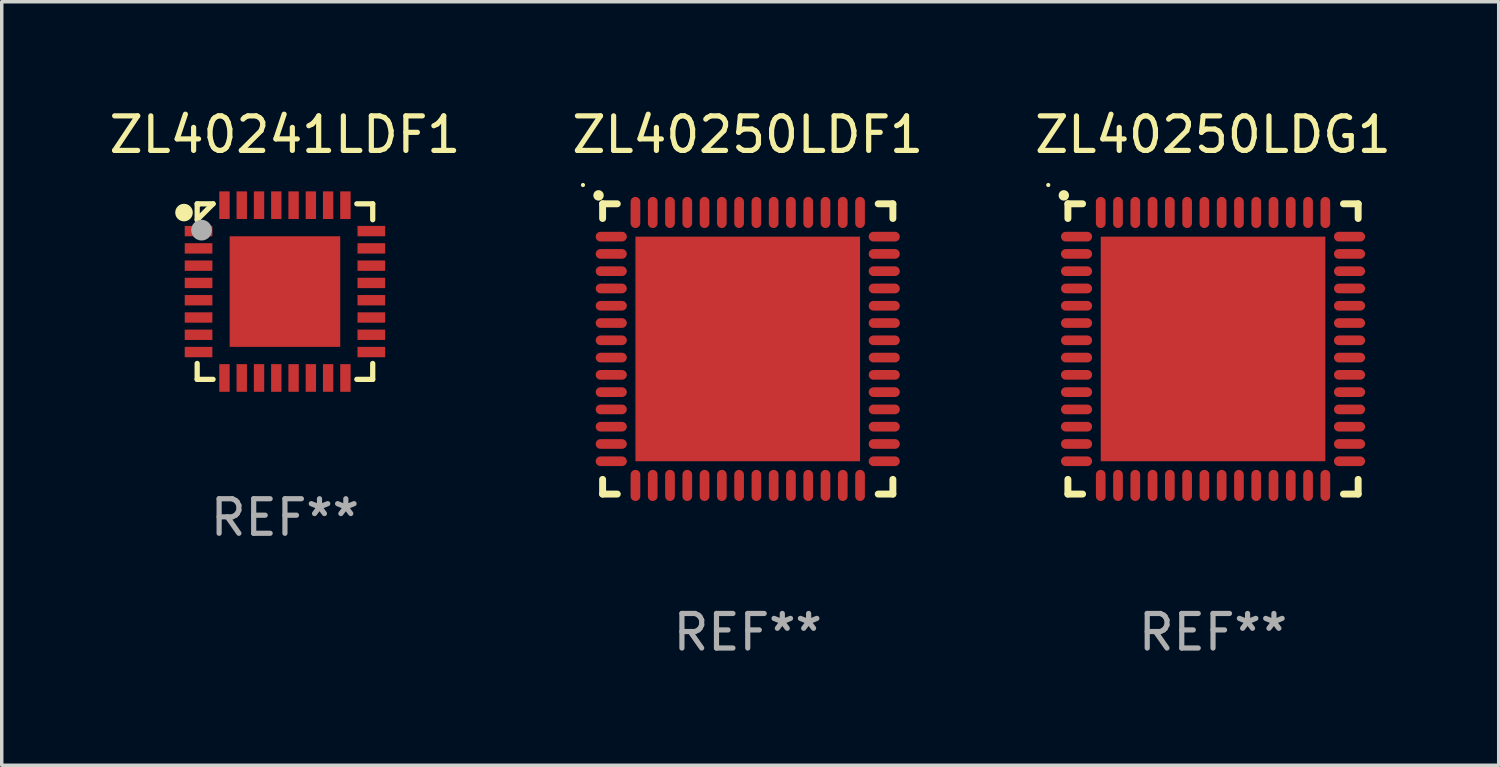
<source format=kicad_pcb>
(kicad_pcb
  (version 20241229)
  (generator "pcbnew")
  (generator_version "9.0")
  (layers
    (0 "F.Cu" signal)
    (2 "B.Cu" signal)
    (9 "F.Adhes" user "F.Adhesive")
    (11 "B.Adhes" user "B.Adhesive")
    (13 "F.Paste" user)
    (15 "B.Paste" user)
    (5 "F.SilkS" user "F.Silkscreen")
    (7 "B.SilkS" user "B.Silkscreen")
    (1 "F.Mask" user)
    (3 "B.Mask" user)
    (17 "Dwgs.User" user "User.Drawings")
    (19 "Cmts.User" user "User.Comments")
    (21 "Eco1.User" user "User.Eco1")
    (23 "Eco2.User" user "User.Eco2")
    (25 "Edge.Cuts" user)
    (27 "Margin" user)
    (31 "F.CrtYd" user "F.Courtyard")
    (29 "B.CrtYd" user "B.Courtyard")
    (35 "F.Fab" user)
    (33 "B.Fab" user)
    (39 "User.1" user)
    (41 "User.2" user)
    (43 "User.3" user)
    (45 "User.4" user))
  (footprint "ZL40241LDF1"
    (layer "F.Cu")
    (at 5.196 5.388)
    (property "Reference" "ZL40241LDF1" (at 0 -4.54 0) (layer "F.SilkS") (effects (font (size 1 1) (thickness 0.15))))
    (attr through_hole)
    (fp_line (start -2.54 -2.54) (end -2.08 -2.54) (stroke (width 0.152) (type solid)) (layer "F.SilkS"))
    (fp_line (start -2.54 -2.08) (end -2.54 -2.54) (stroke (width 0.152) (type solid)) (layer "F.SilkS"))
    (fp_line (start -2.54 -2.08) (end -2.08 -2.54) (stroke (width 0.152) (type solid)) (layer "F.SilkS"))
    (fp_line (start -2.54 2.54) (end -2.54 2.08) (stroke (width 0.152) (type solid)) (layer "F.SilkS"))
    (fp_line (start -2.08 2.54) (end -2.54 2.54) (stroke (width 0.152) (type solid)) (layer "F.SilkS"))
    (fp_line (start 2.08 -2.54) (end 2.54 -2.54) (stroke (width 0.152) (type solid)) (layer "F.SilkS"))
    (fp_line (start 2.54 -2.54) (end 2.54 -2.08) (stroke (width 0.152) (type solid)) (layer "F.SilkS"))
    (fp_line (start 2.54 2.08) (end 2.54 2.54) (stroke (width 0.152) (type solid)) (layer "F.SilkS"))
    (fp_line (start 2.54 2.54) (end 2.08 2.54) (stroke (width 0.152) (type solid)) (layer "F.SilkS"))
    (fp_circle (center -2.921 -2.286) (end -2.794 -2.286) (stroke (width 0.254) (type solid)) (fill no) (layer "F.SilkS"))
    (fp_circle (center -2.5 -2.5) (end -2.47 -2.5) (stroke (width 0.06) (type solid)) (fill no) (layer "F.SilkS"))
    (fp_circle (center -2.413 -1.778) (end -2.263 -1.778) (stroke (width 0.3) (type solid)) (fill no) (layer "F.Fab"))
    (fp_text user "REF**" (at 0 6.54 0) (layer "F.Fab") (effects (font (size 1 1) (thickness 0.15))))
    (pad "1" smd rect (at -2.5 -1.75 90) (size 0.3 0.8) (layers "F.Cu" "F.Mask" "F.Paste"))
    (pad "2" smd rect (at -2.5 -1.25 90) (size 0.3 0.8) (layers "F.Cu" "F.Mask" "F.Paste"))
    (pad "3" smd rect (at -2.5 -0.75 90) (size 0.3 0.8) (layers "F.Cu" "F.Mask" "F.Paste"))
    (pad "4" smd rect (at -2.5 -0.25 90) (size 0.3 0.8) (layers "F.Cu" "F.Mask" "F.Paste"))
    (pad "5" smd rect (at -2.5 0.25 90) (size 0.3 0.8) (layers "F.Cu" "F.Mask" "F.Paste"))
    (pad "6" smd rect (at -2.5 0.75 90) (size 0.3 0.8) (layers "F.Cu" "F.Mask" "F.Paste"))
    (pad "7" smd rect (at -2.5 1.25 90) (size 0.3 0.8) (layers "F.Cu" "F.Mask" "F.Paste"))
    (pad "8" smd rect (at -2.5 1.75 90) (size 0.3 0.8) (layers "F.Cu" "F.Mask" "F.Paste"))
    (pad "9" smd rect (at -1.75 2.5 180) (size 0.3 0.8) (layers "F.Cu" "F.Mask" "F.Paste"))
    (pad "10" smd rect (at -1.25 2.5 180) (size 0.3 0.8) (layers "F.Cu" "F.Mask" "F.Paste"))
    (pad "11" smd rect (at -0.75 2.5 180) (size 0.3 0.8) (layers "F.Cu" "F.Mask" "F.Paste"))
    (pad "12" smd rect (at -0.25 2.5 180) (size 0.3 0.8) (layers "F.Cu" "F.Mask" "F.Paste"))
    (pad "13" smd rect (at 0.25 2.5 180) (size 0.3 0.8) (layers "F.Cu" "F.Mask" "F.Paste"))
    (pad "14" smd rect (at 0.75 2.5 180) (size 0.3 0.8) (layers "F.Cu" "F.Mask" "F.Paste"))
    (pad "15" smd rect (at 1.25 2.5 180) (size 0.3 0.8) (layers "F.Cu" "F.Mask" "F.Paste"))
    (pad "16" smd rect (at 1.75 2.5 180) (size 0.3 0.8) (layers "F.Cu" "F.Mask" "F.Paste"))
    (pad "17" smd rect (at 2.5 1.75 270) (size 0.3 0.8) (layers "F.Cu" "F.Mask" "F.Paste"))
    (pad "18" smd rect (at 2.5 1.25 270) (size 0.3 0.8) (layers "F.Cu" "F.Mask" "F.Paste"))
    (pad "19" smd rect (at 2.5 0.75 270) (size 0.3 0.8) (layers "F.Cu" "F.Mask" "F.Paste"))
    (pad "20" smd rect (at 2.5 0.25 270) (size 0.3 0.8) (layers "F.Cu" "F.Mask" "F.Paste"))
    (pad "21" smd rect (at 2.5 -0.25 270) (size 0.3 0.8) (layers "F.Cu" "F.Mask" "F.Paste"))
    (pad "22" smd rect (at 2.5 -0.75 270) (size 0.3 0.8) (layers "F.Cu" "F.Mask" "F.Paste"))
    (pad "23" smd rect (at 2.5 -1.25 270) (size 0.3 0.8) (layers "F.Cu" "F.Mask" "F.Paste"))
    (pad "24" smd rect (at 2.5 -1.75 270) (size 0.3 0.8) (layers "F.Cu" "F.Mask" "F.Paste"))
    (pad "25" smd rect (at 1.75 -2.5) (size 0.3 0.8) (layers "F.Cu" "F.Mask" "F.Paste"))
    (pad "26" smd rect (at 1.25 -2.5) (size 0.3 0.8) (layers "F.Cu" "F.Mask" "F.Paste"))
    (pad "27" smd rect (at 0.75 -2.5) (size 0.3 0.8) (layers "F.Cu" "F.Mask" "F.Paste"))
    (pad "28" smd rect (at 0.25 -2.5) (size 0.3 0.8) (layers "F.Cu" "F.Mask" "F.Paste"))
    (pad "29" smd rect (at -0.25 -2.5) (size 0.3 0.8) (layers "F.Cu" "F.Mask" "F.Paste"))
    (pad "30" smd rect (at -0.75 -2.5) (size 0.3 0.8) (layers "F.Cu" "F.Mask" "F.Paste"))
    (pad "31" smd rect (at -1.25 -2.5) (size 0.3 0.8) (layers "F.Cu" "F.Mask" "F.Paste"))
    (pad "32" smd rect (at -1.75 -2.5) (size 0.3 0.8) (layers "F.Cu" "F.Mask" "F.Paste"))
    (pad "33" smd rect (at 0 0 90) (size 3.2 3.2) (layers "F.Cu" "F.Mask" "F.Paste")))
  (footprint "ZL40250LDF1"
    (layer "F.Cu")
    (at 18.589 7.048)
    (property "Reference" "ZL40250LDF1" (at 0 -6.2 0) (layer "F.SilkS") (effects (font (size 1 1) (thickness 0.15))))
    (attr through_hole)
    (fp_line (start -4.2 -4.2) (end -3.775 -4.2) (stroke (width 0.2) (type solid)) (layer "F.SilkS"))
    (fp_line (start -4.2 -3.775) (end -4.2 -4.2) (stroke (width 0.2) (type solid)) (layer "F.SilkS"))
    (fp_line (start -4.2 3.775) (end -4.2 4.2) (stroke (width 0.2) (type solid)) (layer "F.SilkS"))
    (fp_line (start -4.2 4.2) (end -3.775 4.2) (stroke (width 0.2) (type solid)) (layer "F.SilkS"))
    (fp_line (start 3.775 4.2) (end 4.2 4.2) (stroke (width 0.2) (type solid)) (layer "F.SilkS"))
    (fp_line (start 4.2 -4.2) (end 3.775 -4.2) (stroke (width 0.2) (type solid)) (layer "F.SilkS"))
    (fp_line (start 4.2 -3.775) (end 4.2 -4.2) (stroke (width 0.2) (type solid)) (layer "F.SilkS"))
    (fp_line (start 4.2 4.2) (end 4.2 3.775) (stroke (width 0.2) (type solid)) (layer "F.SilkS"))
    (fp_arc (start -4.318009 -4.442469) (mid -4.318014 -4.443739) (end -4.318009 -4.445009) (stroke (width 0.3) (type solid)) (layer "F.SilkS"))
    (fp_circle (center -4.768 -4.744) (end -4.738 -4.744) (stroke (width 0.06) (type solid)) (fill no) (layer "F.SilkS"))
    (fp_text user "REF**" (at 0 8.2 0) (layer "F.Fab") (effects (font (size 1 1) (thickness 0.15))))
    (pad "1" smd oval (at -3.95 -3.25 90) (size 0.28 0.9) (layers "F.Cu" "F.Mask" "F.Paste"))
    (pad "2" smd oval (at -3.95 -2.75 90) (size 0.28 0.9) (layers "F.Cu" "F.Mask" "F.Paste"))
    (pad "3" smd oval (at -3.95 -2.25 90) (size 0.28 0.9) (layers "F.Cu" "F.Mask" "F.Paste"))
    (pad "4" smd oval (at -3.95 -1.75 90) (size 0.28 0.9) (layers "F.Cu" "F.Mask" "F.Paste"))
    (pad "5" smd oval (at -3.95 -1.25 90) (size 0.28 0.9) (layers "F.Cu" "F.Mask" "F.Paste"))
    (pad "6" smd oval (at -3.95 -0.75 90) (size 0.28 0.9) (layers "F.Cu" "F.Mask" "F.Paste"))
    (pad "7" smd oval (at -3.95 -0.25 90) (size 0.28 0.9) (layers "F.Cu" "F.Mask" "F.Paste"))
    (pad "8" smd oval (at -3.95 0.25 90) (size 0.28 0.9) (layers "F.Cu" "F.Mask" "F.Paste"))
    (pad "9" smd oval (at -3.95 0.75 90) (size 0.28 0.9) (layers "F.Cu" "F.Mask" "F.Paste"))
    (pad "10" smd oval (at -3.95 1.25 90) (size 0.28 0.9) (layers "F.Cu" "F.Mask" "F.Paste"))
    (pad "11" smd oval (at -3.95 1.75 90) (size 0.28 0.9) (layers "F.Cu" "F.Mask" "F.Paste"))
    (pad "12" smd oval (at -3.95 2.25 90) (size 0.28 0.9) (layers "F.Cu" "F.Mask" "F.Paste"))
    (pad "13" smd oval (at -3.95 2.75 90) (size 0.28 0.9) (layers "F.Cu" "F.Mask" "F.Paste"))
    (pad "14" smd oval (at -3.95 3.25 90) (size 0.28 0.9) (layers "F.Cu" "F.Mask" "F.Paste"))
    (pad "15" smd oval (at -3.25 3.95) (size 0.28 0.9) (layers "F.Cu" "F.Mask" "F.Paste"))
    (pad "16" smd oval (at -2.75 3.95) (size 0.28 0.9) (layers "F.Cu" "F.Mask" "F.Paste"))
    (pad "17" smd oval (at -2.25 3.95) (size 0.28 0.9) (layers "F.Cu" "F.Mask" "F.Paste"))
    (pad "18" smd oval (at -1.75 3.95) (size 0.28 0.9) (layers "F.Cu" "F.Mask" "F.Paste"))
    (pad "19" smd oval (at -1.25 3.95) (size 0.28 0.9) (layers "F.Cu" "F.Mask" "F.Paste"))
    (pad "20" smd oval (at -0.75 3.95) (size 0.28 0.9) (layers "F.Cu" "F.Mask" "F.Paste"))
    (pad "21" smd oval (at -0.25 3.95) (size 0.28 0.9) (layers "F.Cu" "F.Mask" "F.Paste"))
    (pad "22" smd oval (at 0.25 3.95) (size 0.28 0.9) (layers "F.Cu" "F.Mask" "F.Paste"))
    (pad "23" smd oval (at 0.75 3.95) (size 0.28 0.9) (layers "F.Cu" "F.Mask" "F.Paste"))
    (pad "24" smd oval (at 1.25 3.95) (size 0.28 0.9) (layers "F.Cu" "F.Mask" "F.Paste"))
    (pad "25" smd oval (at 1.75 3.95) (size 0.28 0.9) (layers "F.Cu" "F.Mask" "F.Paste"))
    (pad "26" smd oval (at 2.25 3.95) (size 0.28 0.9) (layers "F.Cu" "F.Mask" "F.Paste"))
    (pad "27" smd oval (at 2.75 3.95) (size 0.28 0.9) (layers "F.Cu" "F.Mask" "F.Paste"))
    (pad "28" smd oval (at 3.25 3.95) (size 0.28 0.9) (layers "F.Cu" "F.Mask" "F.Paste"))
    (pad "29" smd oval (at 3.95 3.25 90) (size 0.28 0.9) (layers "F.Cu" "F.Mask" "F.Paste"))
    (pad "30" smd oval (at 3.95 2.75 90) (size 0.28 0.9) (layers "F.Cu" "F.Mask" "F.Paste"))
    (pad "31" smd oval (at 3.95 2.25 90) (size 0.28 0.9) (layers "F.Cu" "F.Mask" "F.Paste"))
    (pad "32" smd oval (at 3.95 1.75 90) (size 0.28 0.9) (layers "F.Cu" "F.Mask" "F.Paste"))
    (pad "33" smd oval (at 3.95 1.25 90) (size 0.28 0.9) (layers "F.Cu" "F.Mask" "F.Paste"))
    (pad "34" smd oval (at 3.95 0.75 90) (size 0.28 0.9) (layers "F.Cu" "F.Mask" "F.Paste"))
    (pad "35" smd oval (at 3.95 0.25 90) (size 0.28 0.9) (layers "F.Cu" "F.Mask" "F.Paste"))
    (pad "36" smd oval (at 3.95 -0.25 90) (size 0.28 0.9) (layers "F.Cu" "F.Mask" "F.Paste"))
    (pad "37" smd oval (at 3.95 -0.75 90) (size 0.28 0.9) (layers "F.Cu" "F.Mask" "F.Paste"))
    (pad "38" smd oval (at 3.95 -1.25 90) (size 0.28 0.9) (layers "F.Cu" "F.Mask" "F.Paste"))
    (pad "39" smd oval (at 3.95 -1.75 90) (size 0.28 0.9) (layers "F.Cu" "F.Mask" "F.Paste"))
    (pad "40" smd oval (at 3.95 -2.25 90) (size 0.28 0.9) (layers "F.Cu" "F.Mask" "F.Paste"))
    (pad "41" smd oval (at 3.95 -2.75 90) (size 0.28 0.9) (layers "F.Cu" "F.Mask" "F.Paste"))
    (pad "42" smd oval (at 3.95 -3.25 90) (size 0.28 0.9) (layers "F.Cu" "F.Mask" "F.Paste"))
    (pad "43" smd oval (at 3.25 -3.95) (size 0.28 0.9) (layers "F.Cu" "F.Mask" "F.Paste"))
    (pad "44" smd oval (at 2.75 -3.95) (size 0.28 0.9) (layers "F.Cu" "F.Mask" "F.Paste"))
    (pad "45" smd oval (at 2.25 -3.95) (size 0.28 0.9) (layers "F.Cu" "F.Mask" "F.Paste"))
    (pad "46" smd oval (at 1.75 -3.95) (size 0.28 0.9) (layers "F.Cu" "F.Mask" "F.Paste"))
    (pad "47" smd oval (at 1.25 -3.95) (size 0.28 0.9) (layers "F.Cu" "F.Mask" "F.Paste"))
    (pad "48" smd oval (at 0.75 -3.95) (size 0.28 0.9) (layers "F.Cu" "F.Mask" "F.Paste"))
    (pad "49" smd oval (at 0.25 -3.95) (size 0.28 0.9) (layers "F.Cu" "F.Mask" "F.Paste"))
    (pad "50" smd oval (at -0.25 -3.95) (size 0.28 0.9) (layers "F.Cu" "F.Mask" "F.Paste"))
    (pad "51" smd oval (at -0.75 -3.95) (size 0.28 0.9) (layers "F.Cu" "F.Mask" "F.Paste"))
    (pad "52" smd oval (at -1.25 -3.95) (size 0.28 0.9) (layers "F.Cu" "F.Mask" "F.Paste"))
    (pad "53" smd oval (at -1.75 -3.95) (size 0.28 0.9) (layers "F.Cu" "F.Mask" "F.Paste"))
    (pad "54" smd oval (at -2.25 -3.95) (size 0.28 0.9) (layers "F.Cu" "F.Mask" "F.Paste"))
    (pad "55" smd oval (at -2.75 -3.95) (size 0.28 0.9) (layers "F.Cu" "F.Mask" "F.Paste"))
    (pad "56" smd oval (at -3.25 -3.95) (size 0.28 0.9) (layers "F.Cu" "F.Mask" "F.Paste"))
    (pad "57" smd rect (at 0 0) (size 6.5 6.5) (layers "F.Cu" "F.Mask" "F.Paste")))
  (footprint "ZL40250LDG1"
    (layer "F.Cu")
    (at 32.054 7.048)
    (property "Reference" "ZL40250LDG1" (at 0 -6.2 0) (layer "F.SilkS") (effects (font (size 1 1) (thickness 0.15))))
    (attr through_hole)
    (fp_line (start -4.2 -4.2) (end -3.775 -4.2) (stroke (width 0.2) (type solid)) (layer "F.SilkS"))
    (fp_line (start -4.2 -3.775) (end -4.2 -4.2) (stroke (width 0.2) (type solid)) (layer "F.SilkS"))
    (fp_line (start -4.2 3.775) (end -4.2 4.2) (stroke (width 0.2) (type solid)) (layer "F.SilkS"))
    (fp_line (start -4.2 4.2) (end -3.775 4.2) (stroke (width 0.2) (type solid)) (layer "F.SilkS"))
    (fp_line (start 3.775 4.2) (end 4.2 4.2) (stroke (width 0.2) (type solid)) (layer "F.SilkS"))
    (fp_line (start 4.2 -4.2) (end 3.775 -4.2) (stroke (width 0.2) (type solid)) (layer "F.SilkS"))
    (fp_line (start 4.2 -3.775) (end 4.2 -4.2) (stroke (width 0.2) (type solid)) (layer "F.SilkS"))
    (fp_line (start 4.2 4.2) (end 4.2 3.775) (stroke (width 0.2) (type solid)) (layer "F.SilkS"))
    (fp_arc (start -4.318009 -4.442469) (mid -4.318014 -4.443739) (end -4.318009 -4.445009) (stroke (width 0.3) (type solid)) (layer "F.SilkS"))
    (fp_circle (center -4.768 -4.744) (end -4.738 -4.744) (stroke (width 0.06) (type solid)) (fill no) (layer "F.SilkS"))
    (fp_text user "REF**" (at 0 8.2 0) (layer "F.Fab") (effects (font (size 1 1) (thickness 0.15))))
    (pad "1" smd oval (at -3.95 -3.25 90) (size 0.28 0.9) (layers "F.Cu" "F.Mask" "F.Paste"))
    (pad "2" smd oval (at -3.95 -2.75 90) (size 0.28 0.9) (layers "F.Cu" "F.Mask" "F.Paste"))
    (pad "3" smd oval (at -3.95 -2.25 90) (size 0.28 0.9) (layers "F.Cu" "F.Mask" "F.Paste"))
    (pad "4" smd oval (at -3.95 -1.75 90) (size 0.28 0.9) (layers "F.Cu" "F.Mask" "F.Paste"))
    (pad "5" smd oval (at -3.95 -1.25 90) (size 0.28 0.9) (layers "F.Cu" "F.Mask" "F.Paste"))
    (pad "6" smd oval (at -3.95 -0.75 90) (size 0.28 0.9) (layers "F.Cu" "F.Mask" "F.Paste"))
    (pad "7" smd oval (at -3.95 -0.25 90) (size 0.28 0.9) (layers "F.Cu" "F.Mask" "F.Paste"))
    (pad "8" smd oval (at -3.95 0.25 90) (size 0.28 0.9) (layers "F.Cu" "F.Mask" "F.Paste"))
    (pad "9" smd oval (at -3.95 0.75 90) (size 0.28 0.9) (layers "F.Cu" "F.Mask" "F.Paste"))
    (pad "10" smd oval (at -3.95 1.25 90) (size 0.28 0.9) (layers "F.Cu" "F.Mask" "F.Paste"))
    (pad "11" smd oval (at -3.95 1.75 90) (size 0.28 0.9) (layers "F.Cu" "F.Mask" "F.Paste"))
    (pad "12" smd oval (at -3.95 2.25 90) (size 0.28 0.9) (layers "F.Cu" "F.Mask" "F.Paste"))
    (pad "13" smd oval (at -3.95 2.75 90) (size 0.28 0.9) (layers "F.Cu" "F.Mask" "F.Paste"))
    (pad "14" smd oval (at -3.95 3.25 90) (size 0.28 0.9) (layers "F.Cu" "F.Mask" "F.Paste"))
    (pad "15" smd oval (at -3.25 3.95) (size 0.28 0.9) (layers "F.Cu" "F.Mask" "F.Paste"))
    (pad "16" smd oval (at -2.75 3.95) (size 0.28 0.9) (layers "F.Cu" "F.Mask" "F.Paste"))
    (pad "17" smd oval (at -2.25 3.95) (size 0.28 0.9) (layers "F.Cu" "F.Mask" "F.Paste"))
    (pad "18" smd oval (at -1.75 3.95) (size 0.28 0.9) (layers "F.Cu" "F.Mask" "F.Paste"))
    (pad "19" smd oval (at -1.25 3.95) (size 0.28 0.9) (layers "F.Cu" "F.Mask" "F.Paste"))
    (pad "20" smd oval (at -0.75 3.95) (size 0.28 0.9) (layers "F.Cu" "F.Mask" "F.Paste"))
    (pad "21" smd oval (at -0.25 3.95) (size 0.28 0.9) (layers "F.Cu" "F.Mask" "F.Paste"))
    (pad "22" smd oval (at 0.25 3.95) (size 0.28 0.9) (layers "F.Cu" "F.Mask" "F.Paste"))
    (pad "23" smd oval (at 0.75 3.95) (size 0.28 0.9) (layers "F.Cu" "F.Mask" "F.Paste"))
    (pad "24" smd oval (at 1.25 3.95) (size 0.28 0.9) (layers "F.Cu" "F.Mask" "F.Paste"))
    (pad "25" smd oval (at 1.75 3.95) (size 0.28 0.9) (layers "F.Cu" "F.Mask" "F.Paste"))
    (pad "26" smd oval (at 2.25 3.95) (size 0.28 0.9) (layers "F.Cu" "F.Mask" "F.Paste"))
    (pad "27" smd oval (at 2.75 3.95) (size 0.28 0.9) (layers "F.Cu" "F.Mask" "F.Paste"))
    (pad "28" smd oval (at 3.25 3.95) (size 0.28 0.9) (layers "F.Cu" "F.Mask" "F.Paste"))
    (pad "29" smd oval (at 3.95 3.25 90) (size 0.28 0.9) (layers "F.Cu" "F.Mask" "F.Paste"))
    (pad "30" smd oval (at 3.95 2.75 90) (size 0.28 0.9) (layers "F.Cu" "F.Mask" "F.Paste"))
    (pad "31" smd oval (at 3.95 2.25 90) (size 0.28 0.9) (layers "F.Cu" "F.Mask" "F.Paste"))
    (pad "32" smd oval (at 3.95 1.75 90) (size 0.28 0.9) (layers "F.Cu" "F.Mask" "F.Paste"))
    (pad "33" smd oval (at 3.95 1.25 90) (size 0.28 0.9) (layers "F.Cu" "F.Mask" "F.Paste"))
    (pad "34" smd oval (at 3.95 0.75 90) (size 0.28 0.9) (layers "F.Cu" "F.Mask" "F.Paste"))
    (pad "35" smd oval (at 3.95 0.25 90) (size 0.28 0.9) (layers "F.Cu" "F.Mask" "F.Paste"))
    (pad "36" smd oval (at 3.95 -0.25 90) (size 0.28 0.9) (layers "F.Cu" "F.Mask" "F.Paste"))
    (pad "37" smd oval (at 3.95 -0.75 90) (size 0.28 0.9) (layers "F.Cu" "F.Mask" "F.Paste"))
    (pad "38" smd oval (at 3.95 -1.25 90) (size 0.28 0.9) (layers "F.Cu" "F.Mask" "F.Paste"))
    (pad "39" smd oval (at 3.95 -1.75 90) (size 0.28 0.9) (layers "F.Cu" "F.Mask" "F.Paste"))
    (pad "40" smd oval (at 3.95 -2.25 90) (size 0.28 0.9) (layers "F.Cu" "F.Mask" "F.Paste"))
    (pad "41" smd oval (at 3.95 -2.75 90) (size 0.28 0.9) (layers "F.Cu" "F.Mask" "F.Paste"))
    (pad "42" smd oval (at 3.95 -3.25 90) (size 0.28 0.9) (layers "F.Cu" "F.Mask" "F.Paste"))
    (pad "43" smd oval (at 3.25 -3.95) (size 0.28 0.9) (layers "F.Cu" "F.Mask" "F.Paste"))
    (pad "44" smd oval (at 2.75 -3.95) (size 0.28 0.9) (layers "F.Cu" "F.Mask" "F.Paste"))
    (pad "45" smd oval (at 2.25 -3.95) (size 0.28 0.9) (layers "F.Cu" "F.Mask" "F.Paste"))
    (pad "46" smd oval (at 1.75 -3.95) (size 0.28 0.9) (layers "F.Cu" "F.Mask" "F.Paste"))
    (pad "47" smd oval (at 1.25 -3.95) (size 0.28 0.9) (layers "F.Cu" "F.Mask" "F.Paste"))
    (pad "48" smd oval (at 0.75 -3.95) (size 0.28 0.9) (layers "F.Cu" "F.Mask" "F.Paste"))
    (pad "49" smd oval (at 0.25 -3.95) (size 0.28 0.9) (layers "F.Cu" "F.Mask" "F.Paste"))
    (pad "50" smd oval (at -0.25 -3.95) (size 0.28 0.9) (layers "F.Cu" "F.Mask" "F.Paste"))
    (pad "51" smd oval (at -0.75 -3.95) (size 0.28 0.9) (layers "F.Cu" "F.Mask" "F.Paste"))
    (pad "52" smd oval (at -1.25 -3.95) (size 0.28 0.9) (layers "F.Cu" "F.Mask" "F.Paste"))
    (pad "53" smd oval (at -1.75 -3.95) (size 0.28 0.9) (layers "F.Cu" "F.Mask" "F.Paste"))
    (pad "54" smd oval (at -2.25 -3.95) (size 0.28 0.9) (layers "F.Cu" "F.Mask" "F.Paste"))
    (pad "55" smd oval (at -2.75 -3.95) (size 0.28 0.9) (layers "F.Cu" "F.Mask" "F.Paste"))
    (pad "56" smd oval (at -3.25 -3.95) (size 0.28 0.9) (layers "F.Cu" "F.Mask" "F.Paste"))
    (pad "57" smd rect (at 0 0) (size 6.5 6.5) (layers "F.Cu" "F.Mask" "F.Paste")))
  (gr_rect
    (start -3 -3)
    (end 40.321 19.096)
    (stroke (width 0.1) (type default))
    (fill no)
    (layer "Edge.Cuts")))
</source>
